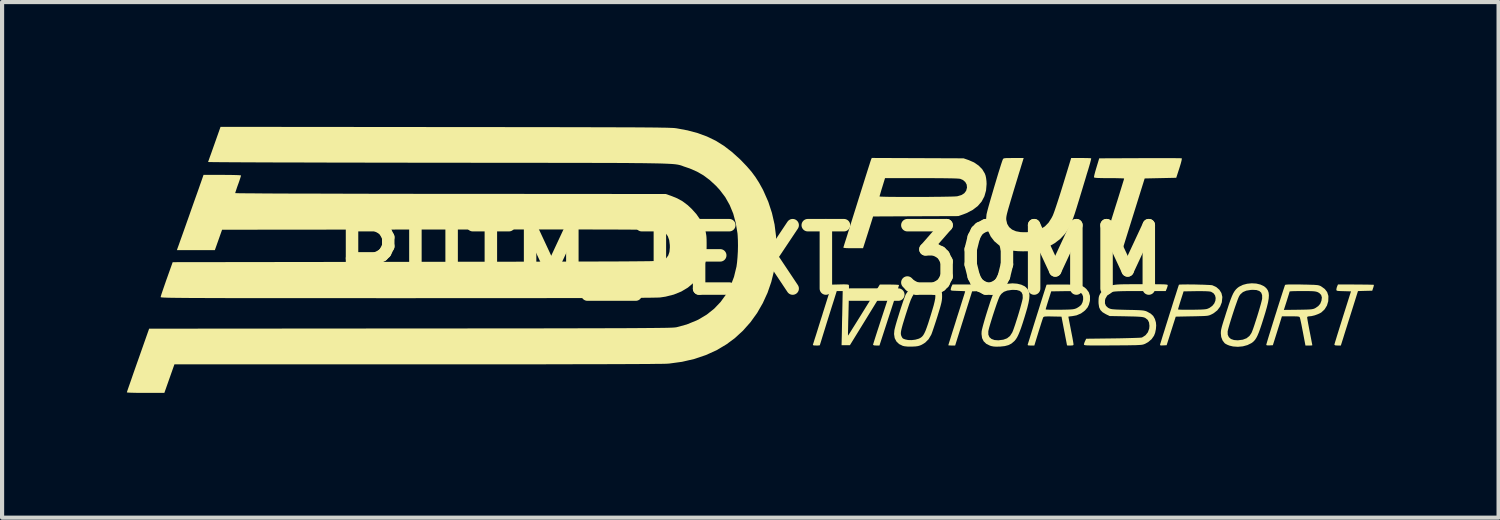
<source format=kicad_pcb>
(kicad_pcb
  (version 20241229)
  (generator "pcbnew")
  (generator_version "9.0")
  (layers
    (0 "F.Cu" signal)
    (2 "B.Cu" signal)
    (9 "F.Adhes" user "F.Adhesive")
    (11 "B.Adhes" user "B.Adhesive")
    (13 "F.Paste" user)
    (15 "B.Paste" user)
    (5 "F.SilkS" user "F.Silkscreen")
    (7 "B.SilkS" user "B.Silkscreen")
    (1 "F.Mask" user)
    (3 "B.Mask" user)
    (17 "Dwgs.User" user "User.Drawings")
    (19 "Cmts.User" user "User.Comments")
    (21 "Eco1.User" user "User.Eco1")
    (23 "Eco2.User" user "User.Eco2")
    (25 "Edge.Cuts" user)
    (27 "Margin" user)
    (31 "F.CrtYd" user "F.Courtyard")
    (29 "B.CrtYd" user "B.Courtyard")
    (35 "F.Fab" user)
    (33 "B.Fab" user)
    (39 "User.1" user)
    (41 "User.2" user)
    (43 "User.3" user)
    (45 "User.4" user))
  (footprint "PUTM_TEXT_30MM"
    (layer "F.Cu")
    (at 14.994 3.199)
    (property "Reference" "PUTM_TEXT_30MM" (at 0 0 0) (layer "F.SilkS") (effects (font (size 1.524 1.524) (thickness 0.3))))
    (attr board_only exclude_from_pos_files exclude_from_bom)
    (fp_poly (pts (xy 14.556 0.592) (xy 14.668 0.593) (xy 14.77 0.594) (xy 14.857 0.595) (xy 14.926 0.597) (xy 14.971 0.598) (xy 14.99 0.6) (xy 14.99 0.6) (xy 14.99 0.617) (xy 14.981 0.654) (xy 14.974 0.674) (xy 14.952 0.741) (xy 14.78 0.745) (xy 14.609 0.75) (xy 14.456 1.237) (xy 14.416 1.364) (xy 14.376 1.489) (xy 14.339 1.608) (xy 14.305 1.715) (xy 14.277 1.805) (xy 14.256 1.873) (xy 14.25 1.892) (xy 14.197 2.059) (xy 14.119 2.059) (xy 14.066 2.056) (xy 14.043 2.044) (xy 14.042 2.04) (xy 14.046 2.021) (xy 14.059 1.976) (xy 14.08 1.908) (xy 14.107 1.819) (xy 14.14 1.713) (xy 14.177 1.594) (xy 14.218 1.463) (xy 14.241 1.389) (xy 14.441 0.757) (xy 14.265 0.752) (xy 14.189 0.75) (xy 14.138 0.747) (xy 14.109 0.743) (xy 14.094 0.735) (xy 14.09 0.723) (xy 14.089 0.713) (xy 14.096 0.673) (xy 14.109 0.635) (xy 14.128 0.591)) (stroke (width 0) (type solid)) (fill yes) (layer "F.SilkS"))
    (fp_poly (pts (xy 5.285 0.591) (xy 5.397 0.592) (xy 5.497 0.593) (xy 5.583 0.595) (xy 5.65 0.598) (xy 5.693 0.601) (xy 5.71 0.604) (xy 5.71 0.604) (xy 5.705 0.646) (xy 5.693 0.691) (xy 5.679 0.725) (xy 5.673 0.732) (xy 5.65 0.739) (xy 5.604 0.745) (xy 5.541 0.75) (xy 5.493 0.752) (xy 5.331 0.757) (xy 5.127 1.408) (xy 4.923 2.059) (xy 4.841 2.059) (xy 4.795 2.058) (xy 4.765 2.055) (xy 4.759 2.053) (xy 4.763 2.037) (xy 4.776 1.994) (xy 4.797 1.928) (xy 4.824 1.842) (xy 4.856 1.738) (xy 4.894 1.619) (xy 4.935 1.489) (xy 4.961 1.404) (xy 5.004 1.269) (xy 5.044 1.143) (xy 5.079 1.03) (xy 5.11 0.932) (xy 5.135 0.853) (xy 5.153 0.795) (xy 5.162 0.763) (xy 5.164 0.756) (xy 5.15 0.753) (xy 5.11 0.75) (xy 5.052 0.748) (xy 4.989 0.746) (xy 4.913 0.743) (xy 4.863 0.741) (xy 4.834 0.736) (xy 4.82 0.729) (xy 4.816 0.717) (xy 4.817 0.704) (xy 4.828 0.66) (xy 4.841 0.629) (xy 4.86 0.591)) (stroke (width 0) (type solid)) (fill yes) (layer "F.SilkS"))
    (fp_poly (pts (xy 9.994 -2.447) (xy 10.114 -2.446) (xy 10.214 -2.446) (xy 10.292 -2.445) (xy 10.344 -2.444) (xy 10.369 -2.443) (xy 10.37 -2.443) (xy 10.373 -2.426) (xy 10.365 -2.381) (xy 10.346 -2.309) (xy 10.315 -2.208) (xy 10.314 -2.205) (xy 10.239 -1.974) (xy 9.86 -1.966) (xy 9.48 -1.958) (xy 8.959 -0.289) (xy 8.715 -0.284) (xy 8.632 -0.284) (xy 8.561 -0.284) (xy 8.508 -0.286) (xy 8.477 -0.289) (xy 8.472 -0.292) (xy 8.476 -0.308) (xy 8.489 -0.352) (xy 8.51 -0.42) (xy 8.538 -0.51) (xy 8.571 -0.618) (xy 8.61 -0.743) (xy 8.653 -0.881) (xy 8.699 -1.029) (xy 8.729 -1.125) (xy 8.777 -1.279) (xy 8.823 -1.424) (xy 8.864 -1.556) (xy 8.901 -1.675) (xy 8.932 -1.776) (xy 8.957 -1.858) (xy 8.975 -1.916) (xy 8.985 -1.95) (xy 8.987 -1.956) (xy 8.972 -1.959) (xy 8.93 -1.961) (xy 8.866 -1.963) (xy 8.784 -1.965) (xy 8.687 -1.966) (xy 8.627 -1.966) (xy 8.505 -1.966) (xy 8.411 -1.968) (xy 8.343 -1.97) (xy 8.297 -1.974) (xy 8.271 -1.979) (xy 8.261 -1.985) (xy 8.263 -2.007) (xy 8.273 -2.052) (xy 8.289 -2.115) (xy 8.311 -2.19) (xy 8.321 -2.223) (xy 8.387 -2.442) (xy 9.37 -2.446) (xy 9.542 -2.446) (xy 9.706 -2.447) (xy 9.857 -2.447)) (stroke (width 0) (type solid)) (fill yes) (layer "F.SilkS"))
    (fp_poly (pts (xy 10.606 0.591) (xy 10.703 0.592) (xy 10.801 0.595) (xy 10.893 0.597) (xy 10.976 0.601) (xy 11.044 0.604) (xy 11.091 0.608) (xy 11.112 0.612) (xy 11.206 0.657) (xy 11.278 0.721) (xy 11.326 0.799) (xy 11.347 0.888) (xy 11.347 0.903) (xy 11.335 1.02) (xy 11.294 1.124) (xy 11.227 1.213) (xy 11.135 1.285) (xy 11.096 1.306) (xy 11.068 1.319) (xy 11.043 1.33) (xy 11.015 1.338) (xy 10.982 1.344) (xy 10.937 1.348) (xy 10.878 1.351) (xy 10.799 1.353) (xy 10.696 1.356) (xy 10.617 1.357) (xy 10.227 1.365) (xy 10.167 1.552) (xy 10.138 1.644) (xy 10.106 1.744) (xy 10.076 1.839) (xy 10.058 1.896) (xy 10.008 2.052) (xy 9.925 2.056) (xy 9.878 2.058) (xy 9.854 2.054) (xy 9.849 2.043) (xy 9.851 2.033) (xy 9.881 1.936) (xy 9.915 1.824) (xy 9.954 1.702) (xy 9.994 1.572) (xy 10.036 1.439) (xy 10.078 1.304) (xy 10.114 1.191) (xy 10.282 1.191) (xy 10.297 1.194) (xy 10.338 1.197) (xy 10.402 1.199) (xy 10.484 1.199) (xy 10.578 1.199) (xy 10.622 1.199) (xy 10.733 1.197) (xy 10.819 1.195) (xy 10.883 1.192) (xy 10.93 1.188) (xy 10.965 1.183) (xy 10.992 1.175) (xy 11.017 1.164) (xy 11.039 1.154) (xy 11.106 1.106) (xy 11.153 1.048) (xy 11.18 0.983) (xy 11.187 0.917) (xy 11.173 0.856) (xy 11.138 0.805) (xy 11.081 0.769) (xy 11.065 0.764) (xy 11.026 0.758) (xy 10.961 0.754) (xy 10.873 0.752) (xy 10.767 0.751) (xy 10.711 0.752) (xy 10.416 0.757) (xy 10.349 0.967) (xy 10.325 1.044) (xy 10.305 1.11) (xy 10.29 1.16) (xy 10.282 1.187) (xy 10.282 1.191) (xy 10.114 1.191) (xy 10.12 1.172) (xy 10.159 1.046) (xy 10.196 0.929) (xy 10.23 0.825) (xy 10.258 0.736) (xy 10.28 0.667) (xy 10.296 0.62) (xy 10.303 0.598) (xy 10.303 0.597) (xy 10.322 0.594) (xy 10.367 0.592) (xy 10.432 0.591) (xy 10.514 0.59)) (stroke (width 0) (type solid)) (fill yes) (layer "F.SilkS"))
    (fp_poly (pts (xy 6.412 0.572) (xy 6.512 0.596) (xy 6.595 0.635) (xy 6.621 0.656) (xy 6.66 0.696) (xy 6.688 0.742) (xy 6.704 0.795) (xy 6.71 0.861) (xy 6.704 0.94) (xy 6.686 1.038) (xy 6.657 1.157) (xy 6.615 1.3) (xy 6.593 1.373) (xy 6.548 1.516) (xy 6.509 1.633) (xy 6.474 1.727) (xy 6.443 1.801) (xy 6.414 1.86) (xy 6.385 1.906) (xy 6.355 1.944) (xy 6.342 1.957) (xy 6.277 2.012) (xy 6.203 2.05) (xy 6.115 2.073) (xy 6.005 2.085) (xy 5.991 2.085) (xy 5.909 2.087) (xy 5.848 2.083) (xy 5.796 2.073) (xy 5.76 2.062) (xy 5.671 2.018) (xy 5.608 1.957) (xy 5.57 1.88) (xy 5.557 1.783) (xy 5.559 1.726) (xy 5.56 1.719) (xy 5.72 1.719) (xy 5.721 1.797) (xy 5.747 1.858) (xy 5.797 1.901) (xy 5.869 1.927) (xy 5.961 1.934) (xy 6.072 1.92) (xy 6.084 1.918) (xy 6.171 1.886) (xy 6.241 1.83) (xy 6.294 1.749) (xy 6.313 1.706) (xy 6.337 1.639) (xy 6.366 1.555) (xy 6.397 1.458) (xy 6.43 1.355) (xy 6.461 1.251) (xy 6.49 1.151) (xy 6.515 1.06) (xy 6.534 0.986) (xy 6.546 0.932) (xy 6.548 0.913) (xy 6.545 0.837) (xy 6.521 0.782) (xy 6.475 0.745) (xy 6.405 0.725) (xy 6.31 0.721) (xy 6.278 0.723) (xy 6.175 0.738) (xy 6.095 0.768) (xy 6.034 0.817) (xy 5.997 0.868) (xy 5.981 0.903) (xy 5.957 0.963) (xy 5.928 1.042) (xy 5.896 1.135) (xy 5.862 1.237) (xy 5.828 1.341) (xy 5.796 1.444) (xy 5.767 1.539) (xy 5.743 1.621) (xy 5.727 1.684) (xy 5.72 1.719) (xy 5.56 1.719) (xy 5.566 1.685) (xy 5.582 1.619) (xy 5.605 1.534) (xy 5.633 1.436) (xy 5.665 1.329) (xy 5.699 1.22) (xy 5.733 1.114) (xy 5.765 1.015) (xy 5.795 0.93) (xy 5.82 0.863) (xy 5.838 0.822) (xy 5.888 0.746) (xy 5.955 0.678) (xy 6.03 0.624) (xy 6.078 0.602) (xy 6.188 0.574) (xy 6.302 0.564)) (stroke (width 0) (type solid)) (fill yes) (layer "F.SilkS"))
    (fp_poly (pts (xy 12.162 0.569) (xy 12.263 0.593) (xy 12.348 0.633) (xy 12.378 0.656) (xy 12.417 0.695) (xy 12.444 0.739) (xy 12.461 0.791) (xy 12.467 0.853) (xy 12.462 0.93) (xy 12.446 1.024) (xy 12.418 1.138) (xy 12.379 1.275) (xy 12.342 1.394) (xy 12.297 1.537) (xy 12.258 1.653) (xy 12.224 1.747) (xy 12.193 1.82) (xy 12.164 1.877) (xy 12.134 1.922) (xy 12.103 1.957) (xy 12.068 1.987) (xy 12.044 2.003) (xy 11.951 2.049) (xy 11.84 2.079) (xy 11.721 2.09) (xy 11.605 2.082) (xy 11.518 2.061) (xy 11.465 2.04) (xy 11.421 2.016) (xy 11.403 2.003) (xy 11.353 1.938) (xy 11.321 1.855) (xy 11.312 1.775) (xy 11.312 1.745) (xy 11.313 1.721) (xy 11.475 1.721) (xy 11.477 1.798) (xy 11.504 1.858) (xy 11.554 1.902) (xy 11.627 1.927) (xy 11.719 1.934) (xy 11.83 1.92) (xy 11.842 1.918) (xy 11.931 1.884) (xy 12.002 1.826) (xy 12.048 1.757) (xy 12.065 1.717) (xy 12.089 1.653) (xy 12.117 1.571) (xy 12.148 1.475) (xy 12.181 1.373) (xy 12.213 1.269) (xy 12.243 1.168) (xy 12.269 1.078) (xy 12.289 1.002) (xy 12.302 0.947) (xy 12.305 0.927) (xy 12.304 0.848) (xy 12.282 0.788) (xy 12.236 0.748) (xy 12.167 0.725) (xy 12.072 0.72) (xy 12.027 0.723) (xy 11.923 0.74) (xy 11.843 0.774) (xy 11.782 0.828) (xy 11.755 0.867) (xy 11.738 0.902) (xy 11.714 0.962) (xy 11.686 1.041) (xy 11.653 1.134) (xy 11.619 1.236) (xy 11.585 1.341) (xy 11.553 1.443) (xy 11.524 1.538) (xy 11.5 1.62) (xy 11.483 1.684) (xy 11.475 1.721) (xy 11.313 1.721) (xy 11.314 1.717) (xy 11.317 1.687) (xy 11.325 1.651) (xy 11.336 1.606) (xy 11.353 1.547) (xy 11.376 1.472) (xy 11.407 1.376) (xy 11.445 1.255) (xy 11.461 1.207) (xy 11.505 1.071) (xy 11.544 0.96) (xy 11.578 0.873) (xy 11.61 0.804) (xy 11.642 0.751) (xy 11.676 0.708) (xy 11.712 0.674) (xy 11.75 0.646) (xy 11.84 0.601) (xy 11.943 0.574) (xy 12.053 0.563)) (stroke (width 0) (type solid)) (fill yes) (layer "F.SilkS"))
    (fp_poly (pts (xy 5.125 -2.442) (xy 5.25 -2.399) (xy 5.378 -2.343) (xy 5.487 -2.268) (xy 5.574 -2.18) (xy 5.635 -2.079) (xy 5.655 -2.025) (xy 5.667 -1.967) (xy 5.676 -1.894) (xy 5.679 -1.826) (xy 5.666 -1.669) (xy 5.626 -1.528) (xy 5.56 -1.403) (xy 5.467 -1.295) (xy 5.347 -1.203) (xy 5.2 -1.126) (xy 5.125 -1.097) (xy 5 -1.053) (xy 3.975 -1.049) (xy 2.95 -1.044) (xy 2.878 -0.815) (xy 2.848 -0.719) (xy 2.816 -0.618) (xy 2.786 -0.524) (xy 2.761 -0.446) (xy 2.757 -0.433) (xy 2.708 -0.281) (xy 2.468 -0.281) (xy 2.373 -0.281) (xy 2.305 -0.283) (xy 2.262 -0.287) (xy 2.24 -0.292) (xy 2.235 -0.3) (xy 2.235 -0.3) (xy 2.241 -0.318) (xy 2.255 -0.363) (xy 2.277 -0.433) (xy 2.307 -0.526) (xy 2.342 -0.638) (xy 2.383 -0.768) (xy 2.428 -0.913) (xy 2.477 -1.07) (xy 2.53 -1.238) (xy 2.565 -1.35) (xy 2.619 -1.523) (xy 2.62 -1.525) (xy 3.105 -1.525) (xy 3.12 -1.522) (xy 3.163 -1.52) (xy 3.23 -1.518) (xy 3.319 -1.516) (xy 3.426 -1.515) (xy 3.548 -1.514) (xy 3.682 -1.513) (xy 3.823 -1.513) (xy 3.97 -1.513) (xy 4.118 -1.514) (xy 4.264 -1.514) (xy 4.406 -1.516) (xy 4.539 -1.517) (xy 4.661 -1.519) (xy 4.768 -1.521) (xy 4.858 -1.523) (xy 4.925 -1.526) (xy 4.969 -1.529) (xy 4.98 -1.531) (xy 5.074 -1.559) (xy 5.142 -1.602) (xy 5.186 -1.66) (xy 5.188 -1.664) (xy 5.208 -1.739) (xy 5.2 -1.811) (xy 5.166 -1.873) (xy 5.108 -1.922) (xy 5.044 -1.949) (xy 5.013 -1.953) (xy 4.952 -1.957) (xy 4.861 -1.96) (xy 4.741 -1.962) (xy 4.593 -1.964) (xy 4.418 -1.965) (xy 4.216 -1.966) (xy 4.111 -1.966) (xy 3.237 -1.966) (xy 3.171 -1.751) (xy 3.147 -1.674) (xy 3.128 -1.607) (xy 3.113 -1.557) (xy 3.105 -1.529) (xy 3.105 -1.525) (xy 2.62 -1.525) (xy 2.671 -1.688) (xy 2.72 -1.843) (xy 2.764 -1.984) (xy 2.804 -2.11) (xy 2.838 -2.217) (xy 2.866 -2.304) (xy 2.886 -2.368) (xy 2.899 -2.406) (xy 2.902 -2.415) (xy 2.918 -2.451)) (stroke (width 0) (type solid)) (fill yes) (layer "F.SilkS"))
    (fp_poly (pts (xy 4.325 0.575) (xy 4.414 0.591) (xy 4.482 0.621) (xy 4.537 0.666) (xy 4.569 0.707) (xy 4.591 0.744) (xy 4.603 0.78) (xy 4.608 0.826) (xy 4.609 0.888) (xy 4.607 0.931) (xy 4.602 0.975) (xy 4.593 1.025) (xy 4.578 1.086) (xy 4.557 1.162) (xy 4.527 1.26) (xy 4.495 1.365) (xy 4.461 1.471) (xy 4.428 1.571) (xy 4.398 1.66) (xy 4.373 1.733) (xy 4.354 1.785) (xy 4.346 1.803) (xy 4.284 1.908) (xy 4.203 1.989) (xy 4.124 2.038) (xy 4.076 2.059) (xy 4.028 2.073) (xy 3.97 2.081) (xy 3.893 2.085) (xy 3.888 2.085) (xy 3.785 2.085) (xy 3.706 2.077) (xy 3.663 2.067) (xy 3.575 2.024) (xy 3.51 1.961) (xy 3.469 1.881) (xy 3.454 1.784) (xy 3.455 1.771) (xy 3.617 1.771) (xy 3.62 1.8) (xy 3.627 1.825) (xy 3.637 1.846) (xy 3.652 1.873) (xy 3.665 1.888) (xy 3.688 1.9) (xy 3.724 1.913) (xy 3.792 1.927) (xy 3.876 1.929) (xy 3.963 1.919) (xy 4.042 1.897) (xy 4.066 1.887) (xy 4.099 1.868) (xy 4.128 1.844) (xy 4.156 1.811) (xy 4.182 1.766) (xy 4.21 1.706) (xy 4.24 1.626) (xy 4.275 1.525) (xy 4.315 1.398) (xy 4.332 1.344) (xy 4.374 1.205) (xy 4.407 1.092) (xy 4.429 1.002) (xy 4.443 0.931) (xy 4.447 0.877) (xy 4.444 0.835) (xy 4.432 0.803) (xy 4.413 0.777) (xy 4.41 0.773) (xy 4.358 0.741) (xy 4.284 0.723) (xy 4.193 0.72) (xy 4.14 0.724) (xy 4.073 0.735) (xy 4.018 0.752) (xy 3.971 0.78) (xy 3.931 0.821) (xy 3.894 0.88) (xy 3.857 0.958) (xy 3.819 1.061) (xy 3.778 1.184) (xy 3.73 1.332) (xy 3.693 1.452) (xy 3.663 1.55) (xy 3.642 1.627) (xy 3.627 1.688) (xy 3.619 1.735) (xy 3.617 1.771) (xy 3.455 1.771) (xy 3.462 1.689) (xy 3.474 1.639) (xy 3.493 1.566) (xy 3.519 1.476) (xy 3.55 1.375) (xy 3.583 1.269) (xy 3.617 1.162) (xy 3.651 1.06) (xy 3.682 0.969) (xy 3.709 0.895) (xy 3.73 0.842) (xy 3.737 0.827) (xy 3.8 0.735) (xy 3.885 0.657) (xy 3.971 0.606) (xy 4.013 0.589) (xy 4.057 0.578) (xy 4.11 0.572) (xy 4.182 0.57) (xy 4.213 0.57)) (stroke (width 0) (type solid)) (fill yes) (layer "F.SilkS"))
    (fp_poly (pts (xy 6.559 -2.414) (xy 6.553 -2.392) (xy 6.538 -2.344) (xy 6.516 -2.272) (xy 6.488 -2.18) (xy 6.454 -2.071) (xy 6.417 -1.948) (xy 6.376 -1.814) (xy 6.346 -1.716) (xy 6.298 -1.556) (xy 6.258 -1.423) (xy 6.226 -1.314) (xy 6.2 -1.226) (xy 6.181 -1.156) (xy 6.167 -1.101) (xy 6.158 -1.058) (xy 6.153 -1.024) (xy 6.151 -0.996) (xy 6.152 -0.972) (xy 6.152 -0.962) (xy 6.174 -0.866) (xy 6.22 -0.789) (xy 6.291 -0.729) (xy 6.385 -0.688) (xy 6.502 -0.667) (xy 6.64 -0.665) (xy 6.713 -0.672) (xy 6.858 -0.697) (xy 6.98 -0.741) (xy 7.082 -0.806) (xy 7.168 -0.894) (xy 7.241 -1.008) (xy 7.271 -1.067) (xy 7.288 -1.11) (xy 7.313 -1.178) (xy 7.344 -1.269) (xy 7.38 -1.377) (xy 7.42 -1.5) (xy 7.462 -1.632) (xy 7.505 -1.771) (xy 7.521 -1.822) (xy 7.713 -2.45) (xy 7.949 -2.45) (xy 8.032 -2.449) (xy 8.103 -2.448) (xy 8.157 -2.446) (xy 8.188 -2.443) (xy 8.194 -2.442) (xy 8.192 -2.425) (xy 8.182 -2.383) (xy 8.166 -2.321) (xy 8.144 -2.244) (xy 8.118 -2.157) (xy 8.09 -2.068) (xy 8.057 -1.956) (xy 8.018 -1.828) (xy 7.977 -1.691) (xy 7.935 -1.553) (xy 7.895 -1.42) (xy 7.892 -1.412) (xy 7.843 -1.251) (xy 7.8 -1.116) (xy 7.761 -1.003) (xy 7.725 -0.91) (xy 7.691 -0.831) (xy 7.656 -0.763) (xy 7.619 -0.702) (xy 7.578 -0.645) (xy 7.559 -0.62) (xy 7.45 -0.504) (xy 7.317 -0.402) (xy 7.168 -0.317) (xy 7.007 -0.254) (xy 6.989 -0.249) (xy 6.903 -0.23) (xy 6.796 -0.216) (xy 6.676 -0.208) (xy 6.553 -0.206) (xy 6.435 -0.209) (xy 6.332 -0.219) (xy 6.262 -0.232) (xy 6.105 -0.285) (xy 5.972 -0.357) (xy 5.863 -0.45) (xy 5.777 -0.563) (xy 5.716 -0.694) (xy 5.712 -0.708) (xy 5.677 -0.849) (xy 5.668 -0.987) (xy 5.677 -1.092) (xy 5.685 -1.127) (xy 5.7 -1.188) (xy 5.722 -1.27) (xy 5.75 -1.369) (xy 5.782 -1.481) (xy 5.818 -1.603) (xy 5.855 -1.73) (xy 5.893 -1.857) (xy 5.93 -1.981) (xy 5.965 -2.098) (xy 5.998 -2.202) (xy 6.026 -2.292) (xy 6.049 -2.361) (xy 6.065 -2.406) (xy 6.069 -2.414) (xy 6.076 -2.428) (xy 6.086 -2.437) (xy 6.106 -2.443) (xy 6.138 -2.447) (xy 6.189 -2.449) (xy 6.263 -2.449) (xy 6.327 -2.45) (xy 6.571 -2.45)) (stroke (width 0) (type solid)) (fill yes) (layer "F.SilkS"))
    (fp_poly (pts (xy 2.306 0.59) (xy 2.343 0.593) (xy 2.363 0.6) (xy 2.368 0.606) (xy 2.369 0.626) (xy 2.37 0.673) (xy 2.369 0.745) (xy 2.368 0.837) (xy 2.366 0.946) (xy 2.363 1.069) (xy 2.36 1.201) (xy 2.359 1.222) (xy 2.356 1.355) (xy 2.352 1.478) (xy 2.35 1.587) (xy 2.348 1.679) (xy 2.346 1.751) (xy 2.346 1.8) (xy 2.346 1.82) (xy 2.346 1.821) (xy 2.355 1.809) (xy 2.379 1.773) (xy 2.415 1.716) (xy 2.463 1.639) (xy 2.521 1.547) (xy 2.587 1.441) (xy 2.66 1.324) (xy 2.731 1.209) (xy 3.112 0.593) (xy 3.343 0.593) (xy 3.423 0.594) (xy 3.492 0.596) (xy 3.542 0.599) (xy 3.57 0.603) (xy 3.573 0.605) (xy 3.568 0.624) (xy 3.556 0.665) (xy 3.538 0.722) (xy 3.527 0.757) (xy 3.512 0.804) (xy 3.488 0.876) (xy 3.458 0.969) (xy 3.422 1.079) (xy 3.382 1.202) (xy 3.339 1.333) (xy 3.295 1.468) (xy 3.292 1.478) (xy 3.103 2.059) (xy 3.026 2.059) (xy 2.973 2.056) (xy 2.95 2.044) (xy 2.949 2.04) (xy 2.954 2.021) (xy 2.968 1.976) (xy 2.989 1.908) (xy 3.017 1.82) (xy 3.051 1.714) (xy 3.09 1.595) (xy 3.132 1.465) (xy 3.157 1.389) (xy 3.365 0.757) (xy 3.279 0.752) (xy 3.219 0.752) (xy 3.186 0.762) (xy 3.181 0.768) (xy 3.171 0.785) (xy 3.146 0.826) (xy 3.108 0.888) (xy 3.058 0.968) (xy 2.999 1.065) (xy 2.932 1.174) (xy 2.858 1.294) (xy 2.781 1.42) (xy 2.392 2.052) (xy 2.192 2.052) (xy 2.193 1.997) (xy 2.194 1.969) (xy 2.195 1.914) (xy 2.197 1.836) (xy 2.199 1.737) (xy 2.201 1.623) (xy 2.203 1.496) (xy 2.206 1.361) (xy 2.207 1.346) (xy 2.219 0.749) (xy 2.076 0.749) (xy 1.999 0.995) (xy 1.957 1.126) (xy 1.915 1.26) (xy 1.873 1.394) (xy 1.832 1.524) (xy 1.794 1.648) (xy 1.759 1.76) (xy 1.728 1.86) (xy 1.703 1.942) (xy 1.684 2.003) (xy 1.672 2.041) (xy 1.669 2.053) (xy 1.655 2.056) (xy 1.619 2.059) (xy 1.582 2.059) (xy 1.53 2.057) (xy 1.505 2.05) (xy 1.502 2.04) (xy 1.508 2.022) (xy 1.523 1.976) (xy 1.544 1.907) (xy 1.573 1.818) (xy 1.607 1.71) (xy 1.645 1.587) (xy 1.687 1.453) (xy 1.733 1.31) (xy 1.733 1.307) (xy 1.957 0.595) (xy 2.159 0.59) (xy 2.246 0.588)) (stroke (width 0) (type solid)) (fill yes) (layer "F.SilkS"))
    (fp_poly (pts (xy 13.111 0.591) (xy 13.243 0.592) (xy 13.264 0.593) (xy 13.386 0.595) (xy 13.48 0.598) (xy 13.552 0.6) (xy 13.605 0.604) (xy 13.644 0.608) (xy 13.673 0.615) (xy 13.696 0.623) (xy 13.717 0.633) (xy 13.728 0.64) (xy 13.812 0.701) (xy 13.868 0.774) (xy 13.896 0.861) (xy 13.898 0.882) (xy 13.894 0.994) (xy 13.863 1.098) (xy 13.808 1.188) (xy 13.732 1.26) (xy 13.717 1.27) (xy 13.649 1.304) (xy 13.57 1.333) (xy 13.491 1.352) (xy 13.438 1.357) (xy 13.401 1.362) (xy 13.387 1.378) (xy 13.387 1.385) (xy 13.39 1.408) (xy 13.398 1.456) (xy 13.41 1.526) (xy 13.426 1.61) (xy 13.444 1.705) (xy 13.449 1.729) (xy 13.468 1.825) (xy 13.484 1.909) (xy 13.497 1.978) (xy 13.507 2.027) (xy 13.511 2.051) (xy 13.511 2.053) (xy 13.497 2.057) (xy 13.461 2.059) (xy 13.429 2.059) (xy 13.346 2.059) (xy 13.286 1.744) (xy 13.267 1.646) (xy 13.25 1.557) (xy 13.234 1.482) (xy 13.222 1.427) (xy 13.214 1.395) (xy 13.213 1.392) (xy 13.207 1.378) (xy 13.196 1.369) (xy 13.175 1.363) (xy 13.14 1.359) (xy 13.085 1.358) (xy 13.004 1.357) (xy 12.99 1.357) (xy 12.78 1.357) (xy 12.716 1.564) (xy 12.687 1.656) (xy 12.657 1.752) (xy 12.629 1.841) (xy 12.607 1.911) (xy 12.562 2.052) (xy 12.483 2.056) (xy 12.431 2.056) (xy 12.406 2.049) (xy 12.404 2.044) (xy 12.408 2.025) (xy 12.421 1.98) (xy 12.441 1.912) (xy 12.467 1.826) (xy 12.499 1.724) (xy 12.534 1.61) (xy 12.572 1.488) (xy 12.611 1.362) (xy 12.652 1.234) (xy 12.661 1.203) (xy 12.827 1.203) (xy 13.173 1.199) (xy 13.287 1.197) (xy 13.374 1.195) (xy 13.44 1.192) (xy 13.487 1.188) (xy 13.522 1.182) (xy 13.549 1.175) (xy 13.572 1.165) (xy 13.582 1.16) (xy 13.654 1.111) (xy 13.702 1.054) (xy 13.731 0.981) (xy 13.741 0.905) (xy 13.724 0.844) (xy 13.68 0.798) (xy 13.645 0.778) (xy 13.619 0.768) (xy 13.589 0.761) (xy 13.549 0.755) (xy 13.495 0.752) (xy 13.422 0.75) (xy 13.325 0.749) (xy 13.273 0.749) (xy 13.179 0.75) (xy 13.097 0.751) (xy 13.03 0.753) (xy 12.985 0.756) (xy 12.965 0.76) (xy 12.965 0.761) (xy 12.96 0.779) (xy 12.948 0.821) (xy 12.929 0.882) (xy 12.906 0.956) (xy 12.896 0.988) (xy 12.827 1.203) (xy 12.661 1.203) (xy 12.691 1.109) (xy 12.729 0.99) (xy 12.764 0.88) (xy 12.795 0.784) (xy 12.821 0.704) (xy 12.841 0.645) (xy 12.853 0.609) (xy 12.857 0.601) (xy 12.877 0.596) (xy 12.927 0.592) (xy 13.005 0.591)) (stroke (width 0) (type solid)) (fill yes) (layer "F.SilkS"))
    (fp_poly (pts (xy 7.499 0.592) (xy 7.635 0.593) (xy 7.745 0.596) (xy 7.831 0.601) (xy 7.898 0.609) (xy 7.951 0.621) (xy 7.994 0.637) (xy 8.03 0.659) (xy 8.064 0.687) (xy 8.079 0.701) (xy 8.136 0.777) (xy 8.165 0.865) (xy 8.165 0.967) (xy 8.161 0.995) (xy 8.139 1.077) (xy 8.108 1.142) (xy 8.058 1.202) (xy 8.04 1.22) (xy 7.949 1.288) (xy 7.84 1.334) (xy 7.736 1.353) (xy 7.688 1.358) (xy 7.655 1.363) (xy 7.645 1.366) (xy 7.648 1.382) (xy 7.656 1.424) (xy 7.668 1.487) (xy 7.684 1.567) (xy 7.702 1.66) (xy 7.707 1.687) (xy 7.726 1.784) (xy 7.743 1.872) (xy 7.756 1.945) (xy 7.765 2) (xy 7.769 2.029) (xy 7.77 2.032) (xy 7.764 2.049) (xy 7.743 2.057) (xy 7.698 2.059) (xy 7.692 2.059) (xy 7.647 2.059) (xy 7.618 2.057) (xy 7.613 2.056) (xy 7.61 2.04) (xy 7.602 1.998) (xy 7.59 1.934) (xy 7.574 1.853) (xy 7.556 1.758) (xy 7.546 1.708) (xy 7.48 1.365) (xy 7.267 1.361) (xy 7.18 1.359) (xy 7.12 1.36) (xy 7.081 1.362) (xy 7.058 1.368) (xy 7.045 1.376) (xy 7.04 1.384) (xy 7.031 1.407) (xy 7.015 1.455) (xy 6.993 1.523) (xy 6.967 1.606) (xy 6.937 1.7) (xy 6.926 1.736) (xy 6.827 2.059) (xy 6.743 2.059) (xy 6.695 2.058) (xy 6.672 2.053) (xy 6.667 2.041) (xy 6.669 2.032) (xy 6.675 2.012) (xy 6.69 1.965) (xy 6.712 1.895) (xy 6.74 1.804) (xy 6.774 1.695) (xy 6.812 1.572) (xy 6.854 1.438) (xy 6.896 1.304) (xy 6.932 1.191) (xy 7.099 1.191) (xy 7.114 1.194) (xy 7.155 1.197) (xy 7.219 1.199) (xy 7.301 1.199) (xy 7.396 1.199) (xy 7.438 1.199) (xy 7.551 1.197) (xy 7.637 1.195) (xy 7.701 1.192) (xy 7.749 1.188) (xy 7.784 1.182) (xy 7.812 1.174) (xy 7.838 1.164) (xy 7.852 1.157) (xy 7.902 1.126) (xy 7.945 1.09) (xy 7.959 1.073) (xy 7.987 1.016) (xy 8.001 0.949) (xy 7.999 0.884) (xy 7.981 0.834) (xy 7.96 0.806) (xy 7.934 0.785) (xy 7.899 0.77) (xy 7.851 0.76) (xy 7.786 0.754) (xy 7.7 0.752) (xy 7.588 0.752) (xy 7.54 0.752) (xy 7.233 0.757) (xy 7.166 0.967) (xy 7.142 1.044) (xy 7.122 1.11) (xy 7.107 1.16) (xy 7.1 1.187) (xy 7.099 1.191) (xy 6.932 1.191) (xy 6.941 1.162) (xy 6.982 1.03) (xy 7.02 0.91) (xy 7.053 0.805) (xy 7.081 0.718) (xy 7.102 0.653) (xy 7.116 0.611) (xy 7.121 0.597) (xy 7.138 0.595) (xy 7.181 0.594) (xy 7.247 0.593) (xy 7.331 0.592) (xy 7.429 0.592)) (stroke (width 0) (type solid)) (fill yes) (layer "F.SilkS"))
    (fp_poly (pts (xy 9.572 0.585) (xy 9.699 0.585) (xy 9.801 0.586) (xy 9.88 0.587) (xy 9.939 0.588) (xy 9.981 0.591) (xy 10.009 0.594) (xy 10.025 0.598) (xy 10.033 0.603) (xy 10.035 0.61) (xy 10.034 0.616) (xy 10.025 0.652) (xy 10.009 0.697) (xy 10.008 0.698) (xy 9.987 0.749) (xy 9.383 0.749) (xy 9.207 0.749) (xy 9.061 0.75) (xy 8.942 0.752) (xy 8.849 0.755) (xy 8.781 0.759) (xy 8.736 0.764) (xy 8.717 0.768) (xy 8.64 0.804) (xy 8.579 0.859) (xy 8.538 0.927) (xy 8.526 0.97) (xy 8.525 1.046) (xy 8.549 1.105) (xy 8.599 1.151) (xy 8.62 1.162) (xy 8.642 1.172) (xy 8.668 1.18) (xy 8.701 1.186) (xy 8.747 1.19) (xy 8.808 1.194) (xy 8.889 1.197) (xy 8.995 1.2) (xy 9.073 1.202) (xy 9.194 1.204) (xy 9.289 1.207) (xy 9.362 1.21) (xy 9.416 1.214) (xy 9.457 1.219) (xy 9.488 1.226) (xy 9.515 1.234) (xy 9.54 1.245) (xy 9.626 1.293) (xy 9.686 1.349) (xy 9.726 1.421) (xy 9.75 1.502) (xy 9.757 1.577) (xy 9.75 1.665) (xy 9.732 1.753) (xy 9.705 1.823) (xy 9.647 1.906) (xy 9.565 1.976) (xy 9.494 2.016) (xy 9.475 2.024) (xy 9.456 2.031) (xy 9.434 2.037) (xy 9.406 2.042) (xy 9.37 2.045) (xy 9.321 2.048) (xy 9.258 2.051) (xy 9.177 2.052) (xy 9.075 2.054) (xy 8.949 2.055) (xy 8.797 2.056) (xy 8.718 2.056) (xy 8.552 2.058) (xy 8.414 2.058) (xy 8.303 2.058) (xy 8.215 2.058) (xy 8.147 2.057) (xy 8.097 2.056) (xy 8.062 2.053) (xy 8.04 2.05) (xy 8.027 2.045) (xy 8.021 2.04) (xy 8.02 2.033) (xy 8.02 2.033) (xy 8.027 2.001) (xy 8.044 1.958) (xy 8.048 1.95) (xy 8.074 1.896) (xy 8.729 1.888) (xy 8.87 1.886) (xy 9.003 1.883) (xy 9.122 1.88) (xy 9.226 1.877) (xy 9.311 1.874) (xy 9.373 1.871) (xy 9.409 1.867) (xy 9.416 1.866) (xy 9.499 1.813) (xy 9.557 1.741) (xy 9.589 1.653) (xy 9.595 1.587) (xy 9.585 1.505) (xy 9.554 1.443) (xy 9.499 1.399) (xy 9.491 1.395) (xy 9.469 1.385) (xy 9.443 1.378) (xy 9.407 1.372) (xy 9.36 1.368) (xy 9.295 1.364) (xy 9.209 1.361) (xy 9.098 1.359) (xy 9.034 1.357) (xy 8.636 1.35) (xy 8.545 1.305) (xy 8.468 1.259) (xy 8.416 1.206) (xy 8.385 1.14) (xy 8.372 1.054) (xy 8.37 1.007) (xy 8.372 0.939) (xy 8.378 0.891) (xy 8.391 0.851) (xy 8.413 0.809) (xy 8.414 0.807) (xy 8.477 0.726) (xy 8.559 0.664) (xy 8.665 0.62) (xy 8.686 0.614) (xy 8.716 0.607) (xy 8.747 0.601) (xy 8.784 0.596) (xy 8.829 0.592) (xy 8.887 0.589) (xy 8.96 0.587) (xy 9.052 0.586) (xy 9.166 0.585) (xy 9.306 0.585) (xy 9.416 0.585)) (stroke (width 0) (type solid)) (fill yes) (layer "F.SilkS"))
    (fp_poly (pts (xy -12.583 -2.043) (xy -12.478 -2.042) (xy -12.389 -2.04) (xy -12.318 -2.038) (xy -12.27 -2.034) (xy -12.248 -2.031) (xy -12.248 -2.03) (xy -12.253 -2.011) (xy -12.266 -1.969) (xy -12.286 -1.908) (xy -12.311 -1.836) (xy -12.318 -1.818) (xy -12.344 -1.745) (xy -12.365 -1.681) (xy -12.381 -1.633) (xy -12.388 -1.608) (xy -12.388 -1.606) (xy -12.372 -1.605) (xy -12.326 -1.603) (xy -12.251 -1.602) (xy -12.146 -1.601) (xy -12.012 -1.6) (xy -11.851 -1.599) (xy -11.663 -1.597) (xy -11.448 -1.596) (xy -11.207 -1.595) (xy -10.942 -1.594) (xy -10.652 -1.593) (xy -10.338 -1.593) (xy -10.002 -1.592) (xy -9.643 -1.591) (xy -9.262 -1.59) (xy -8.861 -1.589) (xy -8.439 -1.589) (xy -7.998 -1.588) (xy -7.537 -1.588) (xy -7.212 -1.588) (xy -2.036 -1.584) (xy -1.911 -1.541) (xy -1.762 -1.481) (xy -1.632 -1.409) (xy -1.512 -1.319) (xy -1.412 -1.226) (xy -1.298 -1.099) (xy -1.209 -0.97) (xy -1.138 -0.83) (xy -1.097 -0.725) (xy -1.081 -0.678) (xy -1.07 -0.638) (xy -1.062 -0.597) (xy -1.057 -0.549) (xy -1.054 -0.488) (xy -1.053 -0.407) (xy -1.053 -0.328) (xy -1.055 -0.201) (xy -1.06 -0.097) (xy -1.069 -0.011) (xy -1.086 0.065) (xy -1.109 0.139) (xy -1.142 0.217) (xy -1.161 0.257) (xy -1.252 0.414) (xy -1.366 0.55) (xy -1.503 0.666) (xy -1.662 0.761) (xy -1.842 0.834) (xy -2.04 0.884) (xy -2.174 0.904) (xy -2.201 0.905) (xy -2.254 0.907) (xy -2.331 0.908) (xy -2.435 0.91) (xy -2.564 0.911) (xy -2.72 0.912) (xy -2.902 0.913) (xy -3.111 0.914) (xy -3.347 0.915) (xy -3.611 0.916) (xy -3.903 0.917) (xy -4.222 0.918) (xy -4.571 0.918) (xy -4.948 0.919) (xy -5.354 0.919) (xy -5.789 0.92) (xy -6.254 0.92) (xy -6.75 0.92) (xy -7.275 0.92) (xy -7.832 0.92) (xy -8.253 0.921) (xy -8.765 0.921) (xy -9.247 0.92) (xy -9.699 0.92) (xy -10.123 0.92) (xy -10.52 0.92) (xy -10.889 0.92) (xy -11.234 0.92) (xy -11.553 0.92) (xy -11.849 0.92) (xy -12.121 0.919) (xy -12.372 0.919) (xy -12.601 0.919) (xy -12.811 0.918) (xy -13.001 0.918) (xy -13.173 0.917) (xy -13.327 0.917) (xy -13.465 0.916) (xy -13.587 0.915) (xy -13.695 0.914) (xy -13.789 0.913) (xy -13.87 0.912) (xy -13.94 0.911) (xy -13.998 0.91) (xy -14.046 0.908) (xy -14.085 0.907) (xy -14.116 0.905) (xy -14.14 0.904) (xy -14.157 0.902) (xy -14.169 0.9) (xy -14.177 0.898) (xy -14.18 0.896) (xy -14.181 0.893) (xy -14.181 0.893) (xy -14.176 0.872) (xy -14.162 0.825) (xy -14.139 0.757) (xy -14.11 0.672) (xy -14.076 0.574) (xy -14.039 0.467) (xy -14.036 0.46) (xy -13.892 0.055) (xy -8.019 0.047) (xy -7.508 0.046) (xy -7.029 0.045) (xy -6.578 0.045) (xy -6.156 0.044) (xy -5.761 0.044) (xy -5.393 0.043) (xy -5.051 0.042) (xy -4.733 0.042) (xy -4.439 0.041) (xy -4.168 0.04) (xy -3.918 0.04) (xy -3.69 0.039) (xy -3.482 0.038) (xy -3.292 0.038) (xy -3.121 0.037) (xy -2.968 0.036) (xy -2.83 0.035) (xy -2.708 0.034) (xy -2.601 0.033) (xy -2.507 0.032) (xy -2.425 0.031) (xy -2.355 0.029) (xy -2.296 0.028) (xy -2.247 0.027) (xy -2.207 0.025) (xy -2.174 0.023) (xy -2.149 0.022) (xy -2.129 0.02) (xy -2.115 0.018) (xy -2.105 0.016) (xy -2.099 0.013) (xy -2.096 0.012) (xy -2.026 -0.039) (xy -1.976 -0.106) (xy -1.947 -0.191) (xy -1.937 -0.297) (xy -1.938 -0.357) (xy -1.953 -0.476) (xy -1.987 -0.57) (xy -2.039 -0.642) (xy -2.113 -0.693) (xy -2.176 -0.717) (xy -2.191 -0.719) (xy -2.223 -0.72) (xy -2.273 -0.722) (xy -2.341 -0.723) (xy -2.428 -0.724) (xy -2.536 -0.725) (xy -2.663 -0.727) (xy -2.812 -0.727) (xy -2.983 -0.728) (xy -3.177 -0.729) (xy -3.393 -0.73) (xy -3.634 -0.73) (xy -3.899 -0.731) (xy -4.189 -0.731) (xy -4.505 -0.731) (xy -4.848 -0.731) (xy -5.218 -0.731) (xy -5.616 -0.731) (xy -6.042 -0.731) (xy -6.498 -0.731) (xy -6.983 -0.73) (xy -7.472 -0.73) (xy -12.704 -0.725) (xy -12.878 -0.234) (xy -13.791 -0.234) (xy -13.77 -0.293) (xy -13.759 -0.323) (xy -13.739 -0.378) (xy -13.712 -0.456) (xy -13.677 -0.553) (xy -13.637 -0.665) (xy -13.593 -0.789) (xy -13.546 -0.922) (xy -13.497 -1.06) (xy -13.448 -1.2) (xy -13.399 -1.338) (xy -13.352 -1.471) (xy -13.307 -1.596) (xy -13.267 -1.709) (xy -13.233 -1.807) (xy -13.205 -1.886) (xy -13.185 -1.943) (xy -13.174 -1.975) (xy -13.173 -1.978) (xy -13.15 -2.044) (xy -12.699 -2.044)) (stroke (width 0) (type solid)) (fill yes) (layer "F.SilkS"))
    (fp_poly (pts (xy -7.342 -3.194) (xy -6.851 -3.194) (xy -6.391 -3.193) (xy -5.959 -3.193) (xy -5.557 -3.192) (xy -5.181 -3.192) (xy -4.831 -3.192) (xy -4.507 -3.191) (xy -4.207 -3.191) (xy -3.931 -3.19) (xy -3.677 -3.189) (xy -3.444 -3.189) (xy -3.231 -3.188) (xy -3.038 -3.187) (xy -2.864 -3.187) (xy -2.706 -3.186) (xy -2.565 -3.185) (xy -2.44 -3.184) (xy -2.329 -3.183) (xy -2.231 -3.182) (xy -2.146 -3.18) (xy -2.073 -3.179) (xy -2.01 -3.178) (xy -1.956 -3.176) (xy -1.911 -3.174) (xy -1.873 -3.173) (xy -1.843 -3.171) (xy -1.817 -3.169) (xy -1.796 -3.166) (xy -1.779 -3.164) (xy -1.778 -3.164) (xy -1.511 -3.114) (xy -1.268 -3.049) (xy -1.045 -2.967) (xy -0.836 -2.866) (xy -0.638 -2.743) (xy -0.446 -2.596) (xy -0.255 -2.424) (xy -0.218 -2.387) (xy -0.086 -2.249) (xy 0.026 -2.12) (xy 0.122 -1.99) (xy 0.21 -1.852) (xy 0.295 -1.698) (xy 0.312 -1.664) (xy 0.429 -1.399) (xy 0.518 -1.127) (xy 0.581 -0.85) (xy 0.616 -0.571) (xy 0.625 -0.291) (xy 0.609 -0.012) (xy 0.568 0.262) (xy 0.502 0.53) (xy 0.412 0.79) (xy 0.298 1.039) (xy 0.162 1.276) (xy 0.003 1.497) (xy -0.178 1.701) (xy -0.38 1.886) (xy -0.575 2.03) (xy -0.815 2.173) (xy -1.075 2.29) (xy -1.351 2.383) (xy -1.645 2.451) (xy -1.954 2.493) (xy -1.986 2.495) (xy -2.02 2.497) (xy -2.082 2.499) (xy -2.171 2.5) (xy -2.288 2.501) (xy -2.433 2.503) (xy -2.606 2.504) (xy -2.807 2.505) (xy -3.037 2.506) (xy -3.296 2.507) (xy -3.584 2.508) (xy -3.901 2.509) (xy -4.248 2.509) (xy -4.624 2.51) (xy -5.03 2.511) (xy -5.465 2.511) (xy -5.931 2.511) (xy -6.428 2.512) (xy -6.955 2.512) (xy -7.513 2.512) (xy -8.018 2.512) (xy -13.85 2.512) (xy -14.092 3.198) (xy -14.543 3.198) (xy -14.658 3.198) (xy -14.762 3.197) (xy -14.852 3.195) (xy -14.922 3.193) (xy -14.971 3.19) (xy -14.993 3.187) (xy -14.994 3.187) (xy -14.989 3.17) (xy -14.975 3.127) (xy -14.952 3.06) (xy -14.921 2.972) (xy -14.884 2.866) (xy -14.842 2.744) (xy -14.795 2.61) (xy -14.744 2.465) (xy -14.726 2.415) (xy -14.458 1.654) (xy -8.177 1.649) (xy -7.647 1.649) (xy -7.147 1.649) (xy -6.677 1.648) (xy -6.235 1.648) (xy -5.821 1.647) (xy -5.434 1.647) (xy -5.072 1.647) (xy -4.735 1.646) (xy -4.422 1.646) (xy -4.132 1.645) (xy -3.865 1.645) (xy -3.619 1.644) (xy -3.393 1.643) (xy -3.186 1.643) (xy -2.998 1.642) (xy -2.828 1.641) (xy -2.674 1.64) (xy -2.537 1.639) (xy -2.414 1.638) (xy -2.306 1.637) (xy -2.21 1.636) (xy -2.127 1.635) (xy -2.055 1.634) (xy -1.994 1.633) (xy -1.942 1.631) (xy -1.898 1.63) (xy -1.863 1.628) (xy -1.834 1.626) (xy -1.811 1.624) (xy -1.794 1.622) (xy -1.78 1.62) (xy -1.775 1.619) (xy -1.532 1.553) (xy -1.298 1.458) (xy -1.248 1.434) (xy -1.049 1.315) (xy -0.872 1.174) (xy -0.718 1.013) (xy -0.586 0.831) (xy -0.479 0.629) (xy -0.395 0.409) (xy -0.337 0.17) (xy -0.335 0.162) (xy -0.321 0.059) (xy -0.31 -0.066) (xy -0.302 -0.202) (xy -0.299 -0.342) (xy -0.301 -0.475) (xy -0.307 -0.592) (xy -0.311 -0.639) (xy -0.352 -0.886) (xy -0.413 -1.112) (xy -0.498 -1.318) (xy -0.605 -1.508) (xy -0.737 -1.682) (xy -0.827 -1.78) (xy -0.976 -1.918) (xy -1.125 -2.03) (xy -1.283 -2.121) (xy -1.456 -2.197) (xy -1.556 -2.231) (xy -1.583 -2.24) (xy -1.606 -2.248) (xy -1.627 -2.256) (xy -1.647 -2.264) (xy -1.667 -2.27) (xy -1.688 -2.277) (xy -1.71 -2.282) (xy -1.736 -2.288) (xy -1.765 -2.293) (xy -1.799 -2.298) (xy -1.838 -2.302) (xy -1.885 -2.306) (xy -1.939 -2.309) (xy -2.002 -2.312) (xy -2.074 -2.315) (xy -2.157 -2.318) (xy -2.252 -2.32) (xy -2.36 -2.322) (xy -2.481 -2.324) (xy -2.616 -2.326) (xy -2.768 -2.327) (xy -2.936 -2.329) (xy -3.121 -2.33) (xy -3.325 -2.331) (xy -3.549 -2.331) (xy -3.793 -2.332) (xy -4.059 -2.333) (xy -4.347 -2.333) (xy -4.658 -2.333) (xy -4.995 -2.334) (xy -5.356 -2.334) (xy -5.744 -2.334) (xy -6.159 -2.335) (xy -6.603 -2.335) (xy -7.076 -2.336) (xy -7.502 -2.336) (xy -7.916 -2.336) (xy -8.322 -2.337) (xy -8.718 -2.337) (xy -9.105 -2.338) (xy -9.48 -2.339) (xy -9.842 -2.339) (xy -10.191 -2.34) (xy -10.525 -2.341) (xy -10.844 -2.342) (xy -11.145 -2.342) (xy -11.429 -2.343) (xy -11.693 -2.344) (xy -11.937 -2.345) (xy -12.16 -2.346) (xy -12.36 -2.347) (xy -12.537 -2.348) (xy -12.689 -2.349) (xy -12.815 -2.35) (xy -12.915 -2.351) (xy -12.986 -2.352) (xy -13.028 -2.353) (xy -13.041 -2.354) (xy -13.034 -2.372) (xy -13.019 -2.415) (xy -12.996 -2.48) (xy -12.966 -2.562) (xy -12.932 -2.659) (xy -12.894 -2.766) (xy -12.888 -2.783) (xy -12.741 -3.199)) (stroke (width 0) (type solid)) (fill yes) (layer "F.SilkS")))
  (gr_rect
    (start -3 -3)
    (end 32.984 9.397)
    (stroke (width 0.1) (type default))
    (fill no)
    (layer "Edge.Cuts")))
</source>
